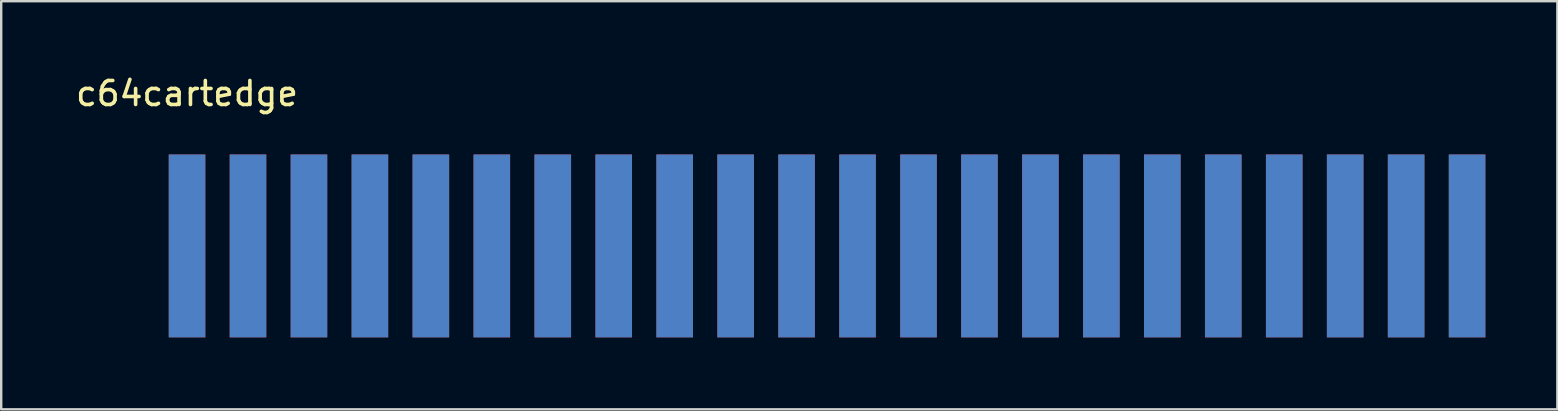
<source format=kicad_pcb>
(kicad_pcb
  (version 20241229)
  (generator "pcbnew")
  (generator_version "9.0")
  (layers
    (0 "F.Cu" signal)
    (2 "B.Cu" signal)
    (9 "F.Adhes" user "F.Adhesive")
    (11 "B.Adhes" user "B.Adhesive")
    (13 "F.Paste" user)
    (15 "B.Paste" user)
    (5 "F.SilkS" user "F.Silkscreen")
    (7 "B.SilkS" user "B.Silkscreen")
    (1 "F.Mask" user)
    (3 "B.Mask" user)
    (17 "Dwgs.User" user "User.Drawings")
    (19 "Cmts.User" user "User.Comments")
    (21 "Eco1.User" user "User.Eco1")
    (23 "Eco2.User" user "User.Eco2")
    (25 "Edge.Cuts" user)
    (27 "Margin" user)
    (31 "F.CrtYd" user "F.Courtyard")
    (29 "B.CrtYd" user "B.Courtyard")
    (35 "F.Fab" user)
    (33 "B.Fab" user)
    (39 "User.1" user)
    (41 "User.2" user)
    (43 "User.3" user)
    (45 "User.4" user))
  (footprint "c64cartedge"
    (layer "F.Cu")
    (at 31.414 7.198)
    (property "Reference" "c64cartedge" (at -26.67 -6.35 0) (layer "F.SilkS") (effects (font (size 1 1) (thickness 0.15))))
    (attr through_hole)
    (pad "1" connect rect (at -26.67 0) (size 1.524 7.62) (layers "*.Mask" "F.Cu"))
    (pad "2" connect rect (at -24.13 0) (size 1.524 7.62) (layers "*.Mask" "F.Cu"))
    (pad "3" connect rect (at -21.59 0) (size 1.524 7.62) (layers "*.Mask" "F.Cu"))
    (pad "4" connect rect (at -19.05 0) (size 1.524 7.62) (layers "*.Mask" "F.Cu"))
    (pad "5" connect rect (at -16.51 0) (size 1.524 7.62) (layers "*.Mask" "F.Cu"))
    (pad "6" connect rect (at -13.97 0) (size 1.524 7.62) (layers "*.Mask" "F.Cu"))
    (pad "7" connect rect (at -11.43 0) (size 1.524 7.62) (layers "*.Mask" "F.Cu"))
    (pad "8" connect rect (at -8.89 0) (size 1.524 7.62) (layers "*.Mask" "F.Cu"))
    (pad "9" connect rect (at -6.35 0) (size 1.524 7.62) (layers "*.Mask" "F.Cu"))
    (pad "10" connect rect (at -3.81 0) (size 1.524 7.62) (layers "*.Mask" "F.Cu"))
    (pad "11" connect rect (at -1.27 0) (size 1.524 7.62) (layers "*.Mask" "F.Cu"))
    (pad "12" connect rect (at 1.27 0) (size 1.524 7.62) (layers "*.Mask" "F.Cu"))
    (pad "13" connect rect (at 3.81 0) (size 1.524 7.62) (layers "*.Mask" "F.Cu"))
    (pad "14" connect rect (at 6.35 0) (size 1.524 7.62) (layers "*.Mask" "F.Cu"))
    (pad "15" connect rect (at 8.89 0) (size 1.524 7.62) (layers "*.Mask" "F.Cu"))
    (pad "16" connect rect (at 11.43 0) (size 1.524 7.62) (layers "*.Mask" "F.Cu"))
    (pad "17" connect rect (at 13.97 0) (size 1.524 7.62) (layers "*.Mask" "F.Cu"))
    (pad "18" connect rect (at 16.51 0) (size 1.524 7.62) (layers "*.Mask" "F.Cu"))
    (pad "19" connect rect (at 19.05 0) (size 1.524 7.62) (layers "*.Mask" "F.Cu"))
    (pad "20" connect rect (at 21.59 0) (size 1.524 7.62) (layers "*.Mask" "F.Cu"))
    (pad "21" connect rect (at 24.13 0) (size 1.524 7.62) (layers "*.Mask" "F.Cu"))
    (pad "22" connect rect (at 26.67 0) (size 1.524 7.62) (layers "*.Mask" "F.Cu"))
    (pad "23" connect rect (at -26.67 0) (size 1.524 7.62) (layers "*.Mask" "B.Cu"))
    (pad "24" connect rect (at -24.13 0) (size 1.524 7.62) (layers "*.Mask" "B.Cu"))
    (pad "25" connect rect (at -21.59 0) (size 1.524 7.62) (layers "*.Mask" "B.Cu"))
    (pad "26" connect rect (at -19.05 0) (size 1.524 7.62) (layers "*.Mask" "B.Cu"))
    (pad "27" connect rect (at -16.51 0) (size 1.524 7.62) (layers "*.Mask" "B.Cu"))
    (pad "28" connect rect (at -13.97 0) (size 1.524 7.62) (layers "*.Mask" "B.Cu"))
    (pad "29" connect rect (at -11.43 0) (size 1.524 7.62) (layers "*.Mask" "B.Cu"))
    (pad "30" connect rect (at -8.89 0) (size 1.524 7.62) (layers "*.Mask" "B.Cu"))
    (pad "31" connect rect (at -6.35 0) (size 1.524 7.62) (layers "*.Mask" "B.Cu"))
    (pad "32" connect rect (at -3.81 0) (size 1.524 7.62) (layers "*.Mask" "B.Cu"))
    (pad "33" connect rect (at -1.27 0) (size 1.524 7.62) (layers "*.Mask" "B.Cu"))
    (pad "34" connect rect (at 1.27 0) (size 1.524 7.62) (layers "*.Mask" "B.Cu"))
    (pad "35" connect rect (at 3.81 0) (size 1.524 7.62) (layers "*.Mask" "B.Cu"))
    (pad "36" connect rect (at 6.35 0) (size 1.524 7.62) (layers "*.Mask" "B.Cu"))
    (pad "37" connect rect (at 8.89 0) (size 1.524 7.62) (layers "*.Mask" "B.Cu"))
    (pad "38" connect rect (at 11.43 0) (size 1.524 7.62) (layers "*.Mask" "B.Cu"))
    (pad "39" connect rect (at 13.97 0) (size 1.524 7.62) (layers "*.Mask" "B.Cu"))
    (pad "40" connect rect (at 16.51 0) (size 1.524 7.62) (layers "*.Mask" "B.Cu"))
    (pad "41" connect rect (at 19.05 0) (size 1.524 7.62) (layers "*.Mask" "B.Cu"))
    (pad "42" connect rect (at 21.59 0) (size 1.524 7.62) (layers "*.Mask" "B.Cu"))
    (pad "43" connect rect (at 24.13 0) (size 1.524 7.62) (layers "*.Mask" "B.Cu"))
    (pad "44" connect rect (at 26.67 0) (size 1.524 7.62) (layers "*.Mask" "B.Cu")))
  (gr_rect
    (start -3 -3)
    (end 61.846 14.008)
    (stroke (width 0.1) (type default))
    (fill no)
    (layer "Edge.Cuts")))
</source>
